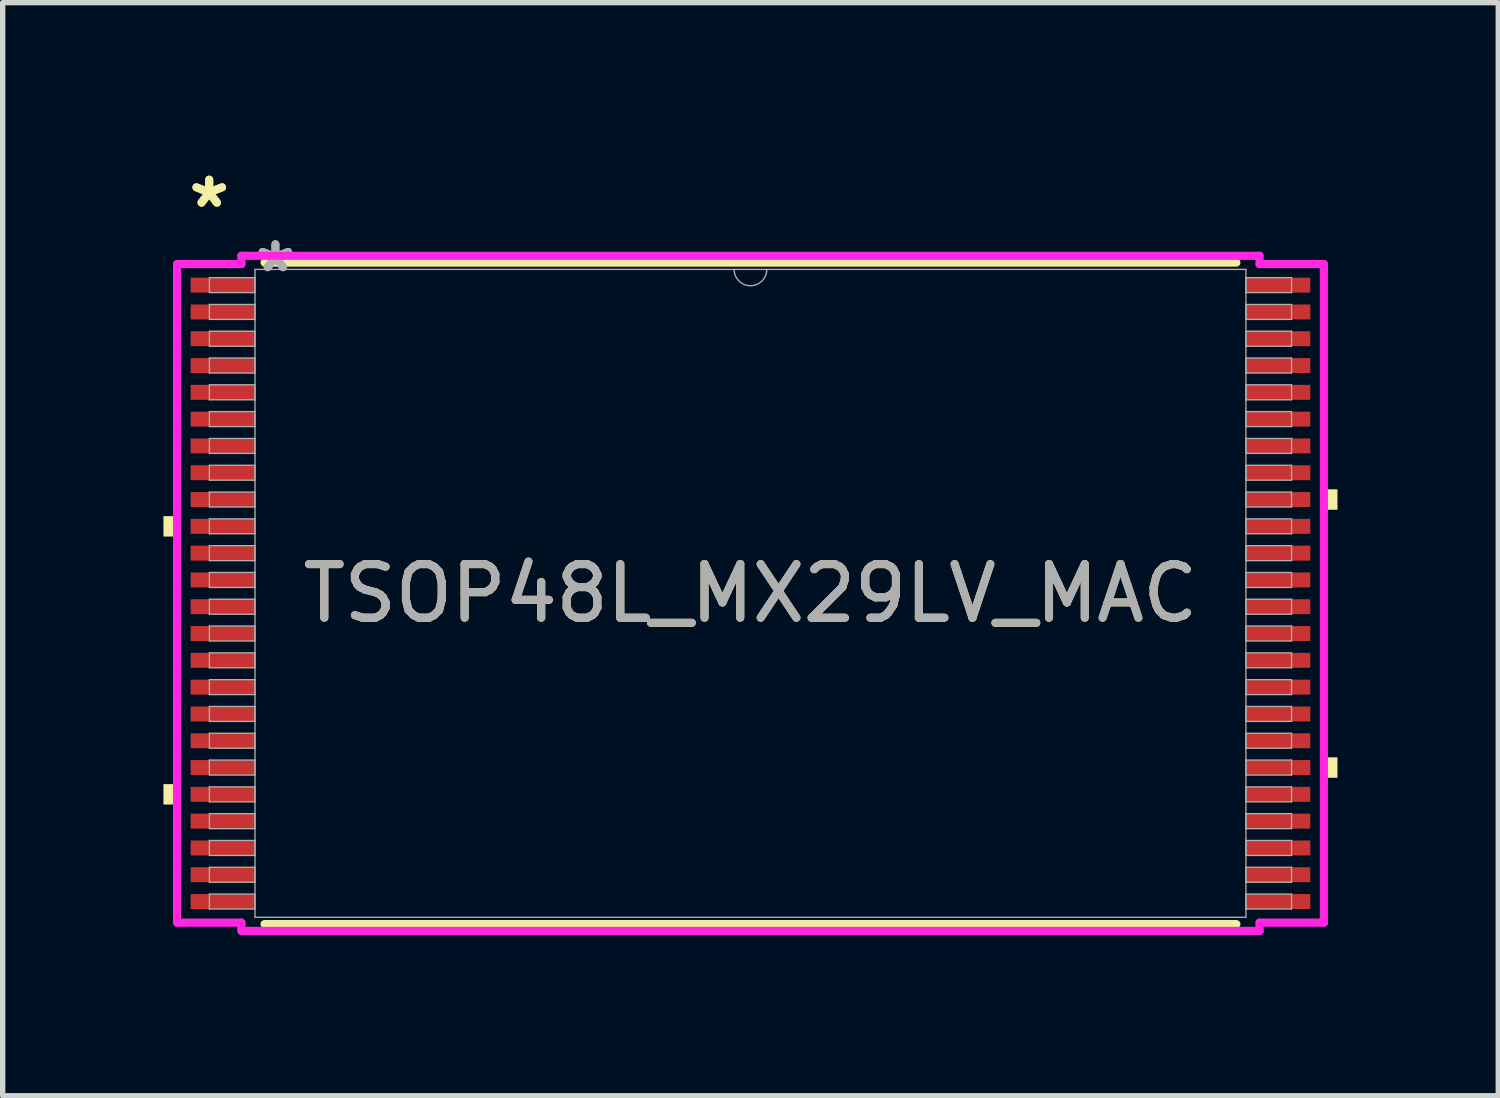
<source format=kicad_pcb>
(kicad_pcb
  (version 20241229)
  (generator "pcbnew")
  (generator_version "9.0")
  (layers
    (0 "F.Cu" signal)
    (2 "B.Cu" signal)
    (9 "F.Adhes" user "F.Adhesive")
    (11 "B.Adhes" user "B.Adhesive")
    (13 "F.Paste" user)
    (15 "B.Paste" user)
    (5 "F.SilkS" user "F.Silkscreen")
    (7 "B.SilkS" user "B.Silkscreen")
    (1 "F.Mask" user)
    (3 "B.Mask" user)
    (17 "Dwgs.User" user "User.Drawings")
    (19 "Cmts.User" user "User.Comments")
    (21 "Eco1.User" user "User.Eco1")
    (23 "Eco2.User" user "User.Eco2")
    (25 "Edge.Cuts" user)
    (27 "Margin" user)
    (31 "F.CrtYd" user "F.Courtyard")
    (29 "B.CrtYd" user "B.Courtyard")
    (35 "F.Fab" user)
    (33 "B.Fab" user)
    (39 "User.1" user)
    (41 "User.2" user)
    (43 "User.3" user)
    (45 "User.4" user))
  (footprint "TSOP48L_MX29LV_MAC"
    (layer "F.Cu")
    (at 10.954 8.022)
    (property "Reference" "TSOP48L_MX29LV_MAC" (at 0 0 0) (unlocked yes) (layer "F.SilkS") (effects (font (size 1 1) (thickness 0.15))))
    (attr smd)
    (fp_line (start -9.067 6.172) (end 9.067 6.172) (stroke (width 0.152) (type solid)) (layer "F.SilkS"))
    (fp_line (start 9.067 -6.172) (end -9.067 -6.172) (stroke (width 0.152) (type solid)) (layer "F.SilkS"))
    (fp_poly (pts (xy -10.954 -1.441) (xy -10.954 -1.06) (xy -10.7 -1.06) (xy -10.7 -1.441)) (stroke (width 0) (type solid)) (fill yes) (layer "F.SilkS"))
    (fp_poly (pts (xy -10.954 3.56) (xy -10.954 3.941) (xy -10.7 3.941) (xy -10.7 3.56)) (stroke (width 0) (type solid)) (fill yes) (layer "F.SilkS"))
    (fp_poly (pts (xy 10.954 -1.941) (xy 10.954 -1.56) (xy 10.7 -1.56) (xy 10.7 -1.941)) (stroke (width 0) (type solid)) (fill yes) (layer "F.SilkS"))
    (fp_poly (pts (xy 10.954 3.06) (xy 10.954 3.441) (xy 10.7 3.441) (xy 10.7 3.06)) (stroke (width 0) (type solid)) (fill yes) (layer "F.SilkS"))
    (fp_line (start -10.7 -6.145) (end -9.5 -6.145) (stroke (width 0.152) (type solid)) (layer "F.CrtYd"))
    (fp_line (start -10.7 6.145) (end -10.7 -6.145) (stroke (width 0.152) (type solid)) (layer "F.CrtYd"))
    (fp_line (start -10.7 6.145) (end -9.5 6.145) (stroke (width 0.152) (type solid)) (layer "F.CrtYd"))
    (fp_line (start -9.5 -6.299) (end 9.5 -6.299) (stroke (width 0.152) (type solid)) (layer "F.CrtYd"))
    (fp_line (start -9.5 -6.145) (end -9.5 -6.299) (stroke (width 0.152) (type solid)) (layer "F.CrtYd"))
    (fp_line (start -9.5 6.299) (end -9.5 6.145) (stroke (width 0.152) (type solid)) (layer "F.CrtYd"))
    (fp_line (start 9.5 -6.299) (end 9.5 -6.145) (stroke (width 0.152) (type solid)) (layer "F.CrtYd"))
    (fp_line (start 9.5 6.145) (end 9.5 6.299) (stroke (width 0.152) (type solid)) (layer "F.CrtYd"))
    (fp_line (start 9.5 6.299) (end -9.5 6.299) (stroke (width 0.152) (type solid)) (layer "F.CrtYd"))
    (fp_line (start 10.7 -6.145) (end 9.5 -6.145) (stroke (width 0.152) (type solid)) (layer "F.CrtYd"))
    (fp_line (start 10.7 -6.145) (end 10.7 6.145) (stroke (width 0.152) (type solid)) (layer "F.CrtYd"))
    (fp_line (start 10.7 6.145) (end 9.5 6.145) (stroke (width 0.152) (type solid)) (layer "F.CrtYd"))
    (fp_line (start -10.097 -5.891) (end -10.097 -5.612) (stroke (width 0.025) (type solid)) (layer "F.Fab"))
    (fp_line (start -10.097 -5.612) (end -9.246 -5.612) (stroke (width 0.025) (type solid)) (layer "F.Fab"))
    (fp_line (start -10.097 -5.391) (end -10.097 -5.112) (stroke (width 0.025) (type solid)) (layer "F.Fab"))
    (fp_line (start -10.097 -5.112) (end -9.246 -5.112) (stroke (width 0.025) (type solid)) (layer "F.Fab"))
    (fp_line (start -10.097 -4.891) (end -10.097 -4.611) (stroke (width 0.025) (type solid)) (layer "F.Fab"))
    (fp_line (start -10.097 -4.611) (end -9.246 -4.611) (stroke (width 0.025) (type solid)) (layer "F.Fab"))
    (fp_line (start -10.097 -4.391) (end -10.097 -4.111) (stroke (width 0.025) (type solid)) (layer "F.Fab"))
    (fp_line (start -10.097 -4.111) (end -9.246 -4.111) (stroke (width 0.025) (type solid)) (layer "F.Fab"))
    (fp_line (start -10.097 -3.891) (end -10.097 -3.611) (stroke (width 0.025) (type solid)) (layer "F.Fab"))
    (fp_line (start -10.097 -3.611) (end -9.246 -3.611) (stroke (width 0.025) (type solid)) (layer "F.Fab"))
    (fp_line (start -10.097 -3.391) (end -10.097 -3.111) (stroke (width 0.025) (type solid)) (layer "F.Fab"))
    (fp_line (start -10.097 -3.111) (end -9.246 -3.111) (stroke (width 0.025) (type solid)) (layer "F.Fab"))
    (fp_line (start -10.097 -2.89) (end -10.097 -2.611) (stroke (width 0.025) (type solid)) (layer "F.Fab"))
    (fp_line (start -10.097 -2.611) (end -9.246 -2.611) (stroke (width 0.025) (type solid)) (layer "F.Fab"))
    (fp_line (start -10.097 -2.39) (end -10.097 -2.111) (stroke (width 0.025) (type solid)) (layer "F.Fab"))
    (fp_line (start -10.097 -2.111) (end -9.246 -2.111) (stroke (width 0.025) (type solid)) (layer "F.Fab"))
    (fp_line (start -10.097 -1.89) (end -10.097 -1.611) (stroke (width 0.025) (type solid)) (layer "F.Fab"))
    (fp_line (start -10.097 -1.611) (end -9.246 -1.611) (stroke (width 0.025) (type solid)) (layer "F.Fab"))
    (fp_line (start -10.097 -1.39) (end -10.097 -1.111) (stroke (width 0.025) (type solid)) (layer "F.Fab"))
    (fp_line (start -10.097 -1.111) (end -9.246 -1.111) (stroke (width 0.025) (type solid)) (layer "F.Fab"))
    (fp_line (start -10.097 -0.89) (end -10.097 -0.61) (stroke (width 0.025) (type solid)) (layer "F.Fab"))
    (fp_line (start -10.097 -0.61) (end -9.246 -0.61) (stroke (width 0.025) (type solid)) (layer "F.Fab"))
    (fp_line (start -10.097 -0.39) (end -10.097 -0.11) (stroke (width 0.025) (type solid)) (layer "F.Fab"))
    (fp_line (start -10.097 -0.11) (end -9.246 -0.11) (stroke (width 0.025) (type solid)) (layer "F.Fab"))
    (fp_line (start -10.097 0.11) (end -10.097 0.39) (stroke (width 0.025) (type solid)) (layer "F.Fab"))
    (fp_line (start -10.097 0.39) (end -9.246 0.39) (stroke (width 0.025) (type solid)) (layer "F.Fab"))
    (fp_line (start -10.097 0.61) (end -10.097 0.89) (stroke (width 0.025) (type solid)) (layer "F.Fab"))
    (fp_line (start -10.097 0.89) (end -9.246 0.89) (stroke (width 0.025) (type solid)) (layer "F.Fab"))
    (fp_line (start -10.097 1.111) (end -10.097 1.39) (stroke (width 0.025) (type solid)) (layer "F.Fab"))
    (fp_line (start -10.097 1.39) (end -9.246 1.39) (stroke (width 0.025) (type solid)) (layer "F.Fab"))
    (fp_line (start -10.097 1.611) (end -10.097 1.89) (stroke (width 0.025) (type solid)) (layer "F.Fab"))
    (fp_line (start -10.097 1.89) (end -9.246 1.89) (stroke (width 0.025) (type solid)) (layer "F.Fab"))
    (fp_line (start -10.097 2.111) (end -10.097 2.39) (stroke (width 0.025) (type solid)) (layer "F.Fab"))
    (fp_line (start -10.097 2.39) (end -9.246 2.39) (stroke (width 0.025) (type solid)) (layer "F.Fab"))
    (fp_line (start -10.097 2.611) (end -10.097 2.89) (stroke (width 0.025) (type solid)) (layer "F.Fab"))
    (fp_line (start -10.097 2.89) (end -9.246 2.89) (stroke (width 0.025) (type solid)) (layer "F.Fab"))
    (fp_line (start -10.097 3.111) (end -10.097 3.391) (stroke (width 0.025) (type solid)) (layer "F.Fab"))
    (fp_line (start -10.097 3.391) (end -9.246 3.391) (stroke (width 0.025) (type solid)) (layer "F.Fab"))
    (fp_line (start -10.097 3.611) (end -10.097 3.891) (stroke (width 0.025) (type solid)) (layer "F.Fab"))
    (fp_line (start -10.097 3.891) (end -9.246 3.891) (stroke (width 0.025) (type solid)) (layer "F.Fab"))
    (fp_line (start -10.097 4.111) (end -10.097 4.391) (stroke (width 0.025) (type solid)) (layer "F.Fab"))
    (fp_line (start -10.097 4.391) (end -9.246 4.391) (stroke (width 0.025) (type solid)) (layer "F.Fab"))
    (fp_line (start -10.097 4.611) (end -10.097 4.891) (stroke (width 0.025) (type solid)) (layer "F.Fab"))
    (fp_line (start -10.097 4.891) (end -9.246 4.891) (stroke (width 0.025) (type solid)) (layer "F.Fab"))
    (fp_line (start -10.097 5.112) (end -10.097 5.391) (stroke (width 0.025) (type solid)) (layer "F.Fab"))
    (fp_line (start -10.097 5.391) (end -9.246 5.391) (stroke (width 0.025) (type solid)) (layer "F.Fab"))
    (fp_line (start -10.097 5.612) (end -10.097 5.891) (stroke (width 0.025) (type solid)) (layer "F.Fab"))
    (fp_line (start -10.097 5.891) (end -9.246 5.891) (stroke (width 0.025) (type solid)) (layer "F.Fab"))
    (fp_line (start -9.246 -6.045) (end -9.246 6.045) (stroke (width 0.025) (type solid)) (layer "F.Fab"))
    (fp_line (start -9.246 -5.891) (end -10.097 -5.891) (stroke (width 0.025) (type solid)) (layer "F.Fab"))
    (fp_line (start -9.246 -5.612) (end -9.246 -5.891) (stroke (width 0.025) (type solid)) (layer "F.Fab"))
    (fp_line (start -9.246 -5.391) (end -10.097 -5.391) (stroke (width 0.025) (type solid)) (layer "F.Fab"))
    (fp_line (start -9.246 -5.112) (end -9.246 -5.391) (stroke (width 0.025) (type solid)) (layer "F.Fab"))
    (fp_line (start -9.246 -4.891) (end -10.097 -4.891) (stroke (width 0.025) (type solid)) (layer "F.Fab"))
    (fp_line (start -9.246 -4.611) (end -9.246 -4.891) (stroke (width 0.025) (type solid)) (layer "F.Fab"))
    (fp_line (start -9.246 -4.391) (end -10.097 -4.391) (stroke (width 0.025) (type solid)) (layer "F.Fab"))
    (fp_line (start -9.246 -4.111) (end -9.246 -4.391) (stroke (width 0.025) (type solid)) (layer "F.Fab"))
    (fp_line (start -9.246 -3.891) (end -10.097 -3.891) (stroke (width 0.025) (type solid)) (layer "F.Fab"))
    (fp_line (start -9.246 -3.611) (end -9.246 -3.891) (stroke (width 0.025) (type solid)) (layer "F.Fab"))
    (fp_line (start -9.246 -3.391) (end -10.097 -3.391) (stroke (width 0.025) (type solid)) (layer "F.Fab"))
    (fp_line (start -9.246 -3.111) (end -9.246 -3.391) (stroke (width 0.025) (type solid)) (layer "F.Fab"))
    (fp_line (start -9.246 -2.89) (end -10.097 -2.89) (stroke (width 0.025) (type solid)) (layer "F.Fab"))
    (fp_line (start -9.246 -2.611) (end -9.246 -2.89) (stroke (width 0.025) (type solid)) (layer "F.Fab"))
    (fp_line (start -9.246 -2.39) (end -10.097 -2.39) (stroke (width 0.025) (type solid)) (layer "F.Fab"))
    (fp_line (start -9.246 -2.111) (end -9.246 -2.39) (stroke (width 0.025) (type solid)) (layer "F.Fab"))
    (fp_line (start -9.246 -1.89) (end -10.097 -1.89) (stroke (width 0.025) (type solid)) (layer "F.Fab"))
    (fp_line (start -9.246 -1.611) (end -9.246 -1.89) (stroke (width 0.025) (type solid)) (layer "F.Fab"))
    (fp_line (start -9.246 -1.39) (end -10.097 -1.39) (stroke (width 0.025) (type solid)) (layer "F.Fab"))
    (fp_line (start -9.246 -1.111) (end -9.246 -1.39) (stroke (width 0.025) (type solid)) (layer "F.Fab"))
    (fp_line (start -9.246 -0.89) (end -10.097 -0.89) (stroke (width 0.025) (type solid)) (layer "F.Fab"))
    (fp_line (start -9.246 -0.61) (end -9.246 -0.89) (stroke (width 0.025) (type solid)) (layer "F.Fab"))
    (fp_line (start -9.246 -0.39) (end -10.097 -0.39) (stroke (width 0.025) (type solid)) (layer "F.Fab"))
    (fp_line (start -9.246 -0.11) (end -9.246 -0.39) (stroke (width 0.025) (type solid)) (layer "F.Fab"))
    (fp_line (start -9.246 0.11) (end -10.097 0.11) (stroke (width 0.025) (type solid)) (layer "F.Fab"))
    (fp_line (start -9.246 0.39) (end -9.246 0.11) (stroke (width 0.025) (type solid)) (layer "F.Fab"))
    (fp_line (start -9.246 0.61) (end -10.097 0.61) (stroke (width 0.025) (type solid)) (layer "F.Fab"))
    (fp_line (start -9.246 0.89) (end -9.246 0.61) (stroke (width 0.025) (type solid)) (layer "F.Fab"))
    (fp_line (start -9.246 1.111) (end -10.097 1.111) (stroke (width 0.025) (type solid)) (layer "F.Fab"))
    (fp_line (start -9.246 1.39) (end -9.246 1.111) (stroke (width 0.025) (type solid)) (layer "F.Fab"))
    (fp_line (start -9.246 1.611) (end -10.097 1.611) (stroke (width 0.025) (type solid)) (layer "F.Fab"))
    (fp_line (start -9.246 1.89) (end -9.246 1.611) (stroke (width 0.025) (type solid)) (layer "F.Fab"))
    (fp_line (start -9.246 2.111) (end -10.097 2.111) (stroke (width 0.025) (type solid)) (layer "F.Fab"))
    (fp_line (start -9.246 2.39) (end -9.246 2.111) (stroke (width 0.025) (type solid)) (layer "F.Fab"))
    (fp_line (start -9.246 2.611) (end -10.097 2.611) (stroke (width 0.025) (type solid)) (layer "F.Fab"))
    (fp_line (start -9.246 2.89) (end -9.246 2.611) (stroke (width 0.025) (type solid)) (layer "F.Fab"))
    (fp_line (start -9.246 3.111) (end -10.097 3.111) (stroke (width 0.025) (type solid)) (layer "F.Fab"))
    (fp_line (start -9.246 3.391) (end -9.246 3.111) (stroke (width 0.025) (type solid)) (layer "F.Fab"))
    (fp_line (start -9.246 3.611) (end -10.097 3.611) (stroke (width 0.025) (type solid)) (layer "F.Fab"))
    (fp_line (start -9.246 3.891) (end -9.246 3.611) (stroke (width 0.025) (type solid)) (layer "F.Fab"))
    (fp_line (start -9.246 4.111) (end -10.097 4.111) (stroke (width 0.025) (type solid)) (layer "F.Fab"))
    (fp_line (start -9.246 4.391) (end -9.246 4.111) (stroke (width 0.025) (type solid)) (layer "F.Fab"))
    (fp_line (start -9.246 4.611) (end -10.097 4.611) (stroke (width 0.025) (type solid)) (layer "F.Fab"))
    (fp_line (start -9.246 4.891) (end -9.246 4.611) (stroke (width 0.025) (type solid)) (layer "F.Fab"))
    (fp_line (start -9.246 5.112) (end -10.097 5.112) (stroke (width 0.025) (type solid)) (layer "F.Fab"))
    (fp_line (start -9.246 5.391) (end -9.246 5.112) (stroke (width 0.025) (type solid)) (layer "F.Fab"))
    (fp_line (start -9.246 5.612) (end -10.097 5.612) (stroke (width 0.025) (type solid)) (layer "F.Fab"))
    (fp_line (start -9.246 5.891) (end -9.246 5.612) (stroke (width 0.025) (type solid)) (layer "F.Fab"))
    (fp_line (start -9.246 6.045) (end 9.246 6.045) (stroke (width 0.025) (type solid)) (layer "F.Fab"))
    (fp_line (start 9.246 -6.045) (end -9.246 -6.045) (stroke (width 0.025) (type solid)) (layer "F.Fab"))
    (fp_line (start 9.246 -5.891) (end 9.246 -5.612) (stroke (width 0.025) (type solid)) (layer "F.Fab"))
    (fp_line (start 9.246 -5.612) (end 10.097 -5.612) (stroke (width 0.025) (type solid)) (layer "F.Fab"))
    (fp_line (start 9.246 -5.391) (end 9.246 -5.112) (stroke (width 0.025) (type solid)) (layer "F.Fab"))
    (fp_line (start 9.246 -5.112) (end 10.097 -5.112) (stroke (width 0.025) (type solid)) (layer "F.Fab"))
    (fp_line (start 9.246 -4.891) (end 9.246 -4.611) (stroke (width 0.025) (type solid)) (layer "F.Fab"))
    (fp_line (start 9.246 -4.611) (end 10.097 -4.611) (stroke (width 0.025) (type solid)) (layer "F.Fab"))
    (fp_line (start 9.246 -4.391) (end 9.246 -4.111) (stroke (width 0.025) (type solid)) (layer "F.Fab"))
    (fp_line (start 9.246 -4.111) (end 10.097 -4.111) (stroke (width 0.025) (type solid)) (layer "F.Fab"))
    (fp_line (start 9.246 -3.891) (end 9.246 -3.611) (stroke (width 0.025) (type solid)) (layer "F.Fab"))
    (fp_line (start 9.246 -3.611) (end 10.097 -3.611) (stroke (width 0.025) (type solid)) (layer "F.Fab"))
    (fp_line (start 9.246 -3.391) (end 9.246 -3.111) (stroke (width 0.025) (type solid)) (layer "F.Fab"))
    (fp_line (start 9.246 -3.111) (end 10.097 -3.111) (stroke (width 0.025) (type solid)) (layer "F.Fab"))
    (fp_line (start 9.246 -2.89) (end 9.246 -2.611) (stroke (width 0.025) (type solid)) (layer "F.Fab"))
    (fp_line (start 9.246 -2.611) (end 10.097 -2.611) (stroke (width 0.025) (type solid)) (layer "F.Fab"))
    (fp_line (start 9.246 -2.39) (end 9.246 -2.111) (stroke (width 0.025) (type solid)) (layer "F.Fab"))
    (fp_line (start 9.246 -2.111) (end 10.097 -2.111) (stroke (width 0.025) (type solid)) (layer "F.Fab"))
    (fp_line (start 9.246 -1.89) (end 9.246 -1.611) (stroke (width 0.025) (type solid)) (layer "F.Fab"))
    (fp_line (start 9.246 -1.611) (end 10.097 -1.611) (stroke (width 0.025) (type solid)) (layer "F.Fab"))
    (fp_line (start 9.246 -1.39) (end 9.246 -1.111) (stroke (width 0.025) (type solid)) (layer "F.Fab"))
    (fp_line (start 9.246 -1.111) (end 10.097 -1.111) (stroke (width 0.025) (type solid)) (layer "F.Fab"))
    (fp_line (start 9.246 -0.89) (end 9.246 -0.61) (stroke (width 0.025) (type solid)) (layer "F.Fab"))
    (fp_line (start 9.246 -0.61) (end 10.097 -0.61) (stroke (width 0.025) (type solid)) (layer "F.Fab"))
    (fp_line (start 9.246 -0.39) (end 9.246 -0.11) (stroke (width 0.025) (type solid)) (layer "F.Fab"))
    (fp_line (start 9.246 -0.11) (end 10.097 -0.11) (stroke (width 0.025) (type solid)) (layer "F.Fab"))
    (fp_line (start 9.246 0.11) (end 9.246 0.39) (stroke (width 0.025) (type solid)) (layer "F.Fab"))
    (fp_line (start 9.246 0.39) (end 10.097 0.39) (stroke (width 0.025) (type solid)) (layer "F.Fab"))
    (fp_line (start 9.246 0.61) (end 9.246 0.89) (stroke (width 0.025) (type solid)) (layer "F.Fab"))
    (fp_line (start 9.246 0.89) (end 10.097 0.89) (stroke (width 0.025) (type solid)) (layer "F.Fab"))
    (fp_line (start 9.246 1.111) (end 9.246 1.39) (stroke (width 0.025) (type solid)) (layer "F.Fab"))
    (fp_line (start 9.246 1.39) (end 10.097 1.39) (stroke (width 0.025) (type solid)) (layer "F.Fab"))
    (fp_line (start 9.246 1.611) (end 9.246 1.89) (stroke (width 0.025) (type solid)) (layer "F.Fab"))
    (fp_line (start 9.246 1.89) (end 10.097 1.89) (stroke (width 0.025) (type solid)) (layer "F.Fab"))
    (fp_line (start 9.246 2.111) (end 9.246 2.39) (stroke (width 0.025) (type solid)) (layer "F.Fab"))
    (fp_line (start 9.246 2.39) (end 10.097 2.39) (stroke (width 0.025) (type solid)) (layer "F.Fab"))
    (fp_line (start 9.246 2.611) (end 9.246 2.89) (stroke (width 0.025) (type solid)) (layer "F.Fab"))
    (fp_line (start 9.246 2.89) (end 10.097 2.89) (stroke (width 0.025) (type solid)) (layer "F.Fab"))
    (fp_line (start 9.246 3.111) (end 9.246 3.391) (stroke (width 0.025) (type solid)) (layer "F.Fab"))
    (fp_line (start 9.246 3.391) (end 10.097 3.391) (stroke (width 0.025) (type solid)) (layer "F.Fab"))
    (fp_line (start 9.246 3.611) (end 9.246 3.891) (stroke (width 0.025) (type solid)) (layer "F.Fab"))
    (fp_line (start 9.246 3.891) (end 10.097 3.891) (stroke (width 0.025) (type solid)) (layer "F.Fab"))
    (fp_line (start 9.246 4.111) (end 9.246 4.391) (stroke (width 0.025) (type solid)) (layer "F.Fab"))
    (fp_line (start 9.246 4.391) (end 10.097 4.391) (stroke (width 0.025) (type solid)) (layer "F.Fab"))
    (fp_line (start 9.246 4.611) (end 9.246 4.891) (stroke (width 0.025) (type solid)) (layer "F.Fab"))
    (fp_line (start 9.246 4.891) (end 10.097 4.891) (stroke (width 0.025) (type solid)) (layer "F.Fab"))
    (fp_line (start 9.246 5.112) (end 9.246 5.391) (stroke (width 0.025) (type solid)) (layer "F.Fab"))
    (fp_line (start 9.246 5.391) (end 10.097 5.391) (stroke (width 0.025) (type solid)) (layer "F.Fab"))
    (fp_line (start 9.246 5.612) (end 9.246 5.891) (stroke (width 0.025) (type solid)) (layer "F.Fab"))
    (fp_line (start 9.246 5.891) (end 10.097 5.891) (stroke (width 0.025) (type solid)) (layer "F.Fab"))
    (fp_line (start 9.246 6.045) (end 9.246 -6.045) (stroke (width 0.025) (type solid)) (layer "F.Fab"))
    (fp_line (start 10.097 -5.891) (end 9.246 -5.891) (stroke (width 0.025) (type solid)) (layer "F.Fab"))
    (fp_line (start 10.097 -5.612) (end 10.097 -5.891) (stroke (width 0.025) (type solid)) (layer "F.Fab"))
    (fp_line (start 10.097 -5.391) (end 9.246 -5.391) (stroke (width 0.025) (type solid)) (layer "F.Fab"))
    (fp_line (start 10.097 -5.112) (end 10.097 -5.391) (stroke (width 0.025) (type solid)) (layer "F.Fab"))
    (fp_line (start 10.097 -4.891) (end 9.246 -4.891) (stroke (width 0.025) (type solid)) (layer "F.Fab"))
    (fp_line (start 10.097 -4.611) (end 10.097 -4.891) (stroke (width 0.025) (type solid)) (layer "F.Fab"))
    (fp_line (start 10.097 -4.391) (end 9.246 -4.391) (stroke (width 0.025) (type solid)) (layer "F.Fab"))
    (fp_line (start 10.097 -4.111) (end 10.097 -4.391) (stroke (width 0.025) (type solid)) (layer "F.Fab"))
    (fp_line (start 10.097 -3.891) (end 9.246 -3.891) (stroke (width 0.025) (type solid)) (layer "F.Fab"))
    (fp_line (start 10.097 -3.611) (end 10.097 -3.891) (stroke (width 0.025) (type solid)) (layer "F.Fab"))
    (fp_line (start 10.097 -3.391) (end 9.246 -3.391) (stroke (width 0.025) (type solid)) (layer "F.Fab"))
    (fp_line (start 10.097 -3.111) (end 10.097 -3.391) (stroke (width 0.025) (type solid)) (layer "F.Fab"))
    (fp_line (start 10.097 -2.89) (end 9.246 -2.89) (stroke (width 0.025) (type solid)) (layer "F.Fab"))
    (fp_line (start 10.097 -2.611) (end 10.097 -2.89) (stroke (width 0.025) (type solid)) (layer "F.Fab"))
    (fp_line (start 10.097 -2.39) (end 9.246 -2.39) (stroke (width 0.025) (type solid)) (layer "F.Fab"))
    (fp_line (start 10.097 -2.111) (end 10.097 -2.39) (stroke (width 0.025) (type solid)) (layer "F.Fab"))
    (fp_line (start 10.097 -1.89) (end 9.246 -1.89) (stroke (width 0.025) (type solid)) (layer "F.Fab"))
    (fp_line (start 10.097 -1.611) (end 10.097 -1.89) (stroke (width 0.025) (type solid)) (layer "F.Fab"))
    (fp_line (start 10.097 -1.39) (end 9.246 -1.39) (stroke (width 0.025) (type solid)) (layer "F.Fab"))
    (fp_line (start 10.097 -1.111) (end 10.097 -1.39) (stroke (width 0.025) (type solid)) (layer "F.Fab"))
    (fp_line (start 10.097 -0.89) (end 9.246 -0.89) (stroke (width 0.025) (type solid)) (layer "F.Fab"))
    (fp_line (start 10.097 -0.61) (end 10.097 -0.89) (stroke (width 0.025) (type solid)) (layer "F.Fab"))
    (fp_line (start 10.097 -0.39) (end 9.246 -0.39) (stroke (width 0.025) (type solid)) (layer "F.Fab"))
    (fp_line (start 10.097 -0.11) (end 10.097 -0.39) (stroke (width 0.025) (type solid)) (layer "F.Fab"))
    (fp_line (start 10.097 0.11) (end 9.246 0.11) (stroke (width 0.025) (type solid)) (layer "F.Fab"))
    (fp_line (start 10.097 0.39) (end 10.097 0.11) (stroke (width 0.025) (type solid)) (layer "F.Fab"))
    (fp_line (start 10.097 0.61) (end 9.246 0.61) (stroke (width 0.025) (type solid)) (layer "F.Fab"))
    (fp_line (start 10.097 0.89) (end 10.097 0.61) (stroke (width 0.025) (type solid)) (layer "F.Fab"))
    (fp_line (start 10.097 1.111) (end 9.246 1.111) (stroke (width 0.025) (type solid)) (layer "F.Fab"))
    (fp_line (start 10.097 1.39) (end 10.097 1.111) (stroke (width 0.025) (type solid)) (layer "F.Fab"))
    (fp_line (start 10.097 1.611) (end 9.246 1.611) (stroke (width 0.025) (type solid)) (layer "F.Fab"))
    (fp_line (start 10.097 1.89) (end 10.097 1.611) (stroke (width 0.025) (type solid)) (layer "F.Fab"))
    (fp_line (start 10.097 2.111) (end 9.246 2.111) (stroke (width 0.025) (type solid)) (layer "F.Fab"))
    (fp_line (start 10.097 2.39) (end 10.097 2.111) (stroke (width 0.025) (type solid)) (layer "F.Fab"))
    (fp_line (start 10.097 2.611) (end 9.246 2.611) (stroke (width 0.025) (type solid)) (layer "F.Fab"))
    (fp_line (start 10.097 2.89) (end 10.097 2.611) (stroke (width 0.025) (type solid)) (layer "F.Fab"))
    (fp_line (start 10.097 3.111) (end 9.246 3.111) (stroke (width 0.025) (type solid)) (layer "F.Fab"))
    (fp_line (start 10.097 3.391) (end 10.097 3.111) (stroke (width 0.025) (type solid)) (layer "F.Fab"))
    (fp_line (start 10.097 3.611) (end 9.246 3.611) (stroke (width 0.025) (type solid)) (layer "F.Fab"))
    (fp_line (start 10.097 3.891) (end 10.097 3.611) (stroke (width 0.025) (type solid)) (layer "F.Fab"))
    (fp_line (start 10.097 4.111) (end 9.246 4.111) (stroke (width 0.025) (type solid)) (layer "F.Fab"))
    (fp_line (start 10.097 4.391) (end 10.097 4.111) (stroke (width 0.025) (type solid)) (layer "F.Fab"))
    (fp_line (start 10.097 4.611) (end 9.246 4.611) (stroke (width 0.025) (type solid)) (layer "F.Fab"))
    (fp_line (start 10.097 4.891) (end 10.097 4.611) (stroke (width 0.025) (type solid)) (layer "F.Fab"))
    (fp_line (start 10.097 5.112) (end 9.246 5.112) (stroke (width 0.025) (type solid)) (layer "F.Fab"))
    (fp_line (start 10.097 5.391) (end 10.097 5.112) (stroke (width 0.025) (type solid)) (layer "F.Fab"))
    (fp_line (start 10.097 5.612) (end 9.246 5.612) (stroke (width 0.025) (type solid)) (layer "F.Fab"))
    (fp_line (start 10.097 5.891) (end 10.097 5.612) (stroke (width 0.025) (type solid)) (layer "F.Fab"))
    (fp_arc (start 0.3048 -6.0452) (mid 0 -5.7404) (end -0.3048 -6.0452) (stroke (width 0.0254) (type solid)) (layer "F.Fab"))
    (fp_text user "*" (at -10.1 -7.174 0) (layer "F.SilkS") (effects (font (size 1 1) (thickness 0.15))))
    (fp_text user "*" (at -10.1 -7.174 0) (unlocked yes) (layer "F.SilkS") (effects (font (size 1 1) (thickness 0.15))))
    (fp_text user "${REFERENCE}" (at 0 0 0) (unlocked yes) (layer "F.Fab") (effects (font (size 1 1) (thickness 0.15))))
    (fp_text user "*" (at -8.865 -5.969 0) (layer "F.Fab") (effects (font (size 1 1) (thickness 0.15))))
    (fp_text user "*" (at -8.865 -5.969 0) (unlocked yes) (layer "F.Fab") (effects (font (size 1 1) (thickness 0.15))))
    (pad "1" smd rect (at -9.846 -5.751) (size 1.201 0.279) (layers "F.Cu" "F.Mask" "F.Paste"))
    (pad "2" smd rect (at -9.846 -5.251) (size 1.201 0.279) (layers "F.Cu" "F.Mask" "F.Paste"))
    (pad "3" smd rect (at -9.846 -4.751) (size 1.201 0.279) (layers "F.Cu" "F.Mask" "F.Paste"))
    (pad "4" smd rect (at -9.846 -4.251) (size 1.201 0.279) (layers "F.Cu" "F.Mask" "F.Paste"))
    (pad "5" smd rect (at -9.846 -3.751) (size 1.201 0.279) (layers "F.Cu" "F.Mask" "F.Paste"))
    (pad "6" smd rect (at -9.846 -3.251) (size 1.201 0.279) (layers "F.Cu" "F.Mask" "F.Paste"))
    (pad "7" smd rect (at -9.846 -2.751) (size 1.201 0.279) (layers "F.Cu" "F.Mask" "F.Paste"))
    (pad "8" smd rect (at -9.846 -2.251) (size 1.201 0.279) (layers "F.Cu" "F.Mask" "F.Paste"))
    (pad "9" smd rect (at -9.846 -1.75) (size 1.201 0.279) (layers "F.Cu" "F.Mask" "F.Paste"))
    (pad "10" smd rect (at -9.846 -1.25) (size 1.201 0.279) (layers "F.Cu" "F.Mask" "F.Paste"))
    (pad "11" smd rect (at -9.846 -0.75) (size 1.201 0.279) (layers "F.Cu" "F.Mask" "F.Paste"))
    (pad "12" smd rect (at -9.846 -0.25) (size 1.201 0.279) (layers "F.Cu" "F.Mask" "F.Paste"))
    (pad "13" smd rect (at -9.846 0.25) (size 1.201 0.279) (layers "F.Cu" "F.Mask" "F.Paste"))
    (pad "14" smd rect (at -9.846 0.75) (size 1.201 0.279) (layers "F.Cu" "F.Mask" "F.Paste"))
    (pad "15" smd rect (at -9.846 1.25) (size 1.201 0.279) (layers "F.Cu" "F.Mask" "F.Paste"))
    (pad "16" smd rect (at -9.846 1.75) (size 1.201 0.279) (layers "F.Cu" "F.Mask" "F.Paste"))
    (pad "17" smd rect (at -9.846 2.251) (size 1.201 0.279) (layers "F.Cu" "F.Mask" "F.Paste"))
    (pad "18" smd rect (at -9.846 2.751) (size 1.201 0.279) (layers "F.Cu" "F.Mask" "F.Paste"))
    (pad "19" smd rect (at -9.846 3.251) (size 1.201 0.279) (layers "F.Cu" "F.Mask" "F.Paste"))
    (pad "20" smd rect (at -9.846 3.751) (size 1.201 0.279) (layers "F.Cu" "F.Mask" "F.Paste"))
    (pad "21" smd rect (at -9.846 4.251) (size 1.201 0.279) (layers "F.Cu" "F.Mask" "F.Paste"))
    (pad "22" smd rect (at -9.846 4.751) (size 1.201 0.279) (layers "F.Cu" "F.Mask" "F.Paste"))
    (pad "23" smd rect (at -9.846 5.251) (size 1.201 0.279) (layers "F.Cu" "F.Mask" "F.Paste"))
    (pad "24" smd rect (at -9.846 5.751) (size 1.201 0.279) (layers "F.Cu" "F.Mask" "F.Paste"))
    (pad "25" smd rect (at 9.846 5.751) (size 1.201 0.279) (layers "F.Cu" "F.Mask" "F.Paste"))
    (pad "26" smd rect (at 9.846 5.251) (size 1.201 0.279) (layers "F.Cu" "F.Mask" "F.Paste"))
    (pad "27" smd rect (at 9.846 4.751) (size 1.201 0.279) (layers "F.Cu" "F.Mask" "F.Paste"))
    (pad "28" smd rect (at 9.846 4.251) (size 1.201 0.279) (layers "F.Cu" "F.Mask" "F.Paste"))
    (pad "29" smd rect (at 9.846 3.751) (size 1.201 0.279) (layers "F.Cu" "F.Mask" "F.Paste"))
    (pad "30" smd rect (at 9.846 3.251) (size 1.201 0.279) (layers "F.Cu" "F.Mask" "F.Paste"))
    (pad "31" smd rect (at 9.846 2.751) (size 1.201 0.279) (layers "F.Cu" "F.Mask" "F.Paste"))
    (pad "32" smd rect (at 9.846 2.251) (size 1.201 0.279) (layers "F.Cu" "F.Mask" "F.Paste"))
    (pad "33" smd rect (at 9.846 1.75) (size 1.201 0.279) (layers "F.Cu" "F.Mask" "F.Paste"))
    (pad "34" smd rect (at 9.846 1.25) (size 1.201 0.279) (layers "F.Cu" "F.Mask" "F.Paste"))
    (pad "35" smd rect (at 9.846 0.75) (size 1.201 0.279) (layers "F.Cu" "F.Mask" "F.Paste"))
    (pad "36" smd rect (at 9.846 0.25) (size 1.201 0.279) (layers "F.Cu" "F.Mask" "F.Paste"))
    (pad "37" smd rect (at 9.846 -0.25) (size 1.201 0.279) (layers "F.Cu" "F.Mask" "F.Paste"))
    (pad "38" smd rect (at 9.846 -0.75) (size 1.201 0.279) (layers "F.Cu" "F.Mask" "F.Paste"))
    (pad "39" smd rect (at 9.846 -1.25) (size 1.201 0.279) (layers "F.Cu" "F.Mask" "F.Paste"))
    (pad "40" smd rect (at 9.846 -1.75) (size 1.201 0.279) (layers "F.Cu" "F.Mask" "F.Paste"))
    (pad "41" smd rect (at 9.846 -2.251) (size 1.201 0.279) (layers "F.Cu" "F.Mask" "F.Paste"))
    (pad "42" smd rect (at 9.846 -2.751) (size 1.201 0.279) (layers "F.Cu" "F.Mask" "F.Paste"))
    (pad "43" smd rect (at 9.846 -3.251) (size 1.201 0.279) (layers "F.Cu" "F.Mask" "F.Paste"))
    (pad "44" smd rect (at 9.846 -3.751) (size 1.201 0.279) (layers "F.Cu" "F.Mask" "F.Paste"))
    (pad "45" smd rect (at 9.846 -4.251) (size 1.201 0.279) (layers "F.Cu" "F.Mask" "F.Paste"))
    (pad "46" smd rect (at 9.846 -4.751) (size 1.201 0.279) (layers "F.Cu" "F.Mask" "F.Paste"))
    (pad "47" smd rect (at 9.846 -5.251) (size 1.201 0.279) (layers "F.Cu" "F.Mask" "F.Paste"))
    (pad "48" smd rect (at 9.846 -5.751) (size 1.201 0.279) (layers "F.Cu" "F.Mask" "F.Paste")))
  (gr_rect
    (start -3 -3)
    (end 24.909 17.397)
    (stroke (width 0.1) (type default))
    (fill no)
    (layer "Edge.Cuts")))
</source>
